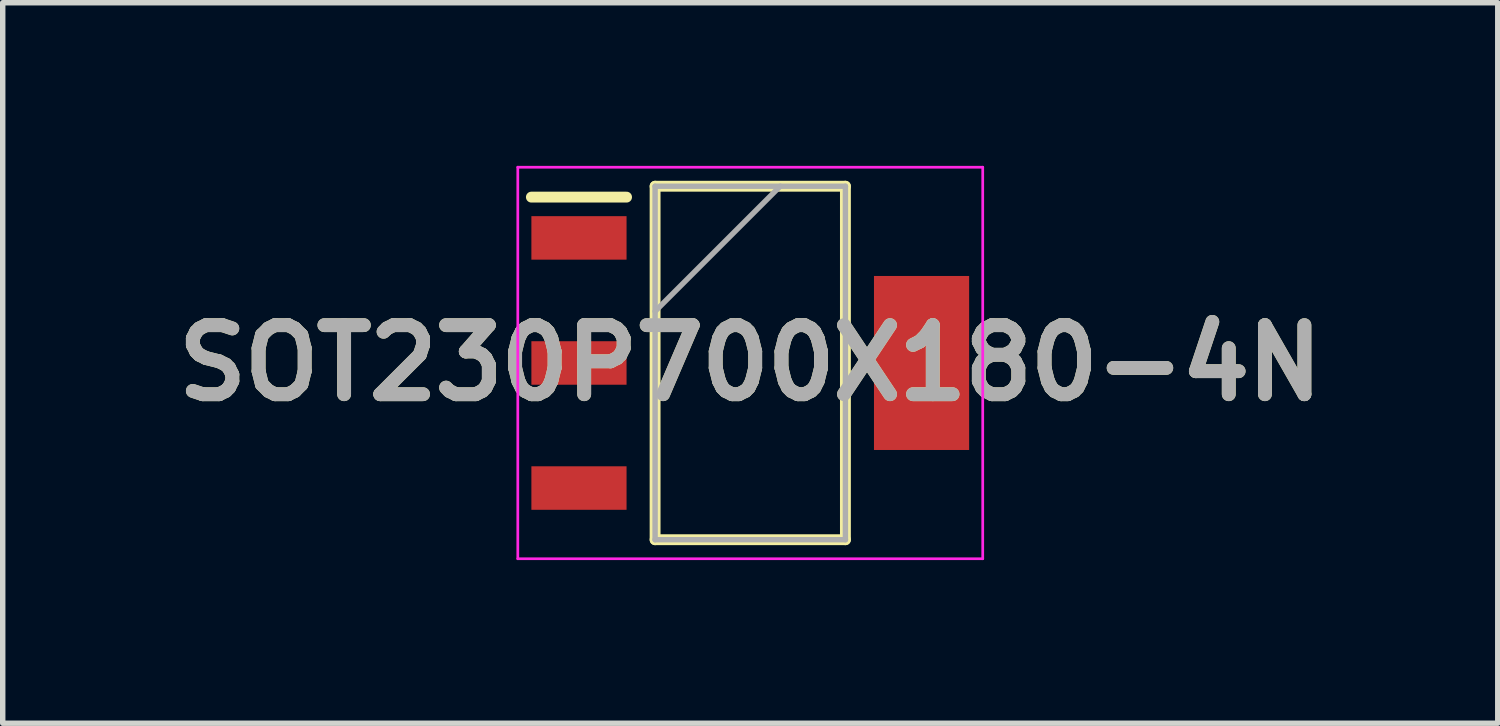
<source format=kicad_pcb>
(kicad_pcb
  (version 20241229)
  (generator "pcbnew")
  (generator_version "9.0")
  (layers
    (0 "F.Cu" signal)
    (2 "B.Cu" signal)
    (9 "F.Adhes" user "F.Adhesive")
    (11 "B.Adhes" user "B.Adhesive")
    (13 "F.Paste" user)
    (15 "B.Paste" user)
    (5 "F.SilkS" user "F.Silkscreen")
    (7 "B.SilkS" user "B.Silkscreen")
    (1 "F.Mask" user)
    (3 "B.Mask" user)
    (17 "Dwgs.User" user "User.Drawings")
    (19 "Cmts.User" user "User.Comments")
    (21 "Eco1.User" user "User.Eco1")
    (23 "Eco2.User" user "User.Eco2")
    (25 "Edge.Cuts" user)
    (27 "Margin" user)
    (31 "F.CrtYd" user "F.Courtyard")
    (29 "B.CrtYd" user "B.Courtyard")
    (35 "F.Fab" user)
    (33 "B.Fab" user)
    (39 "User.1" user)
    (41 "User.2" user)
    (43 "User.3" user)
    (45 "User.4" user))
  (footprint "SOT230P700X180-4N"
    (layer "F.Cu")
    (at 10.747 3.625)
    (property "Reference" "SOT230P700X180-4N" (at 0 0 0) (layer "F.SilkS") (effects (font (size 1.27 1.27) (thickness 0.254))))
    (attr smd)
    (fp_line (start -4.025 -3.05) (end -2.275 -3.05) (stroke (width 0.2) (type solid)) (layer "F.SilkS"))
    (fp_line (start -1.75 -3.25) (end 1.75 -3.25) (stroke (width 0.2) (type solid)) (layer "F.SilkS"))
    (fp_line (start -1.75 3.25) (end -1.75 -3.25) (stroke (width 0.2) (type solid)) (layer "F.SilkS"))
    (fp_line (start 1.75 -3.25) (end 1.75 3.25) (stroke (width 0.2) (type solid)) (layer "F.SilkS"))
    (fp_line (start 1.75 3.25) (end -1.75 3.25) (stroke (width 0.2) (type solid)) (layer "F.SilkS"))
    (fp_line (start -4.275 -3.6) (end 4.275 -3.6) (stroke (width 0.05) (type solid)) (layer "F.CrtYd"))
    (fp_line (start -4.275 3.6) (end -4.275 -3.6) (stroke (width 0.05) (type solid)) (layer "F.CrtYd"))
    (fp_line (start 4.275 -3.6) (end 4.275 3.6) (stroke (width 0.05) (type solid)) (layer "F.CrtYd"))
    (fp_line (start 4.275 3.6) (end -4.275 3.6) (stroke (width 0.05) (type solid)) (layer "F.CrtYd"))
    (fp_line (start -1.75 -3.25) (end 1.75 -3.25) (stroke (width 0.1) (type solid)) (layer "F.Fab"))
    (fp_line (start -1.75 -0.95) (end 0.55 -3.25) (stroke (width 0.1) (type solid)) (layer "F.Fab"))
    (fp_line (start -1.75 3.25) (end -1.75 -3.25) (stroke (width 0.1) (type solid)) (layer "F.Fab"))
    (fp_line (start 1.75 -3.25) (end 1.75 3.25) (stroke (width 0.1) (type solid)) (layer "F.Fab"))
    (fp_line (start 1.75 3.25) (end -1.75 3.25) (stroke (width 0.1) (type solid)) (layer "F.Fab"))
    (fp_text user "${REFERENCE}" (at 0 0 0) (layer "F.Fab") (effects (font (size 1.27 1.27) (thickness 0.254))))
    (pad "1" smd rect (at -3.15 -2.3 90) (size 0.8 1.75) (layers "F.Cu" "F.Mask" "F.Paste"))
    (pad "2" smd rect (at -3.15 0 90) (size 0.8 1.75) (layers "F.Cu" "F.Mask" "F.Paste"))
    (pad "3" smd rect (at -3.15 2.3 90) (size 0.8 1.75) (layers "F.Cu" "F.Mask" "F.Paste"))
    (pad "4" smd rect (at 3.15 0) (size 1.75 3.2) (layers "F.Cu" "F.Mask" "F.Paste")))
  (gr_rect
    (start -3 -3)
    (end 24.493 10.25)
    (stroke (width 0.1) (type default))
    (fill no)
    (layer "Edge.Cuts")))
</source>
